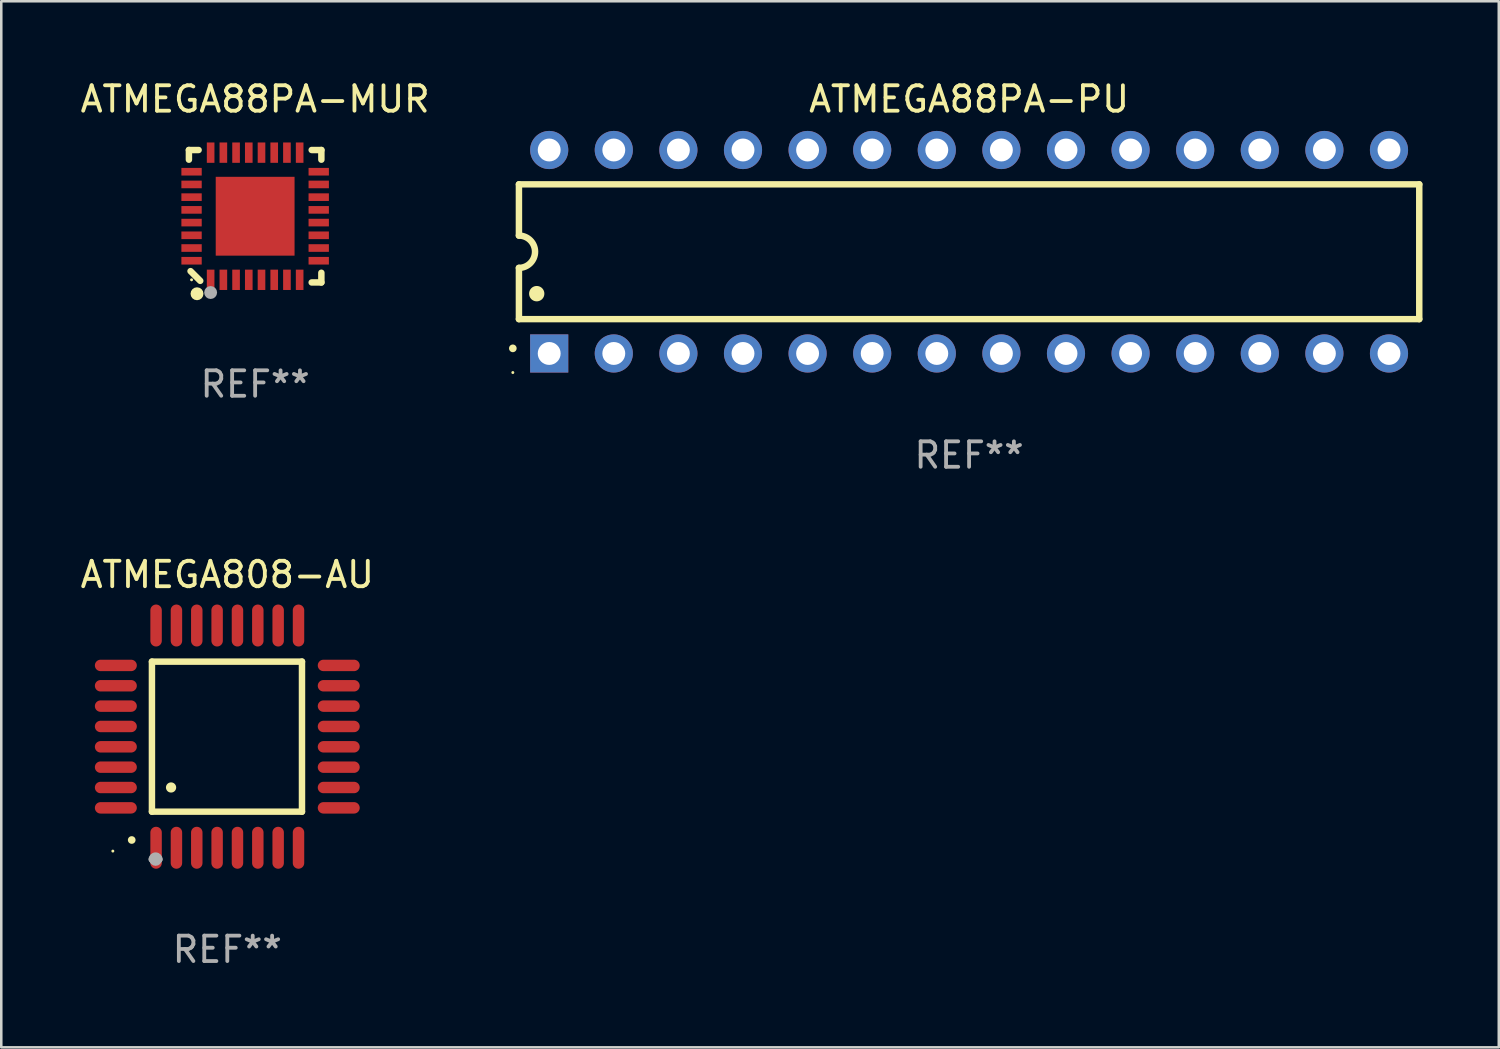
<source format=kicad_pcb>
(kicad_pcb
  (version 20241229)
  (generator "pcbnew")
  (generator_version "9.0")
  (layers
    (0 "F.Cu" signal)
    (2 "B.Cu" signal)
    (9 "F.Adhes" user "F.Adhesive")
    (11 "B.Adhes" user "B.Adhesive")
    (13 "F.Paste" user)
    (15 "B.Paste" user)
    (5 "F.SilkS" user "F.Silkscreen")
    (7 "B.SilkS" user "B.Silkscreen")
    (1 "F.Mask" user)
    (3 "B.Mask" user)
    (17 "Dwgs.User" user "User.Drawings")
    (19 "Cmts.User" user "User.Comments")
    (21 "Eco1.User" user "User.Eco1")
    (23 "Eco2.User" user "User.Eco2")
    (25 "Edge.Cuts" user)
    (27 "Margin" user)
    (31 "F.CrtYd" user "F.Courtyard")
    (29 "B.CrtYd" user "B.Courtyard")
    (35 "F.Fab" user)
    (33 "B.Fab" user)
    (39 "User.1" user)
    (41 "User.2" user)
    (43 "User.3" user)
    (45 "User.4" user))
  (footprint "ATMEGA88PA-PU"
    (layer "F.Cu")
    (at 35.054 6.848)
    (property "Reference" "ATMEGA88PA-PU" (at 0 -6 0) (layer "F.SilkS") (effects (font (size 1 1) (thickness 0.15))))
    (attr through_hole)
    (fp_line (start -17.7 -2.65) (end 17.7 -2.65) (stroke (width 0.254) (type solid)) (layer "F.SilkS"))
    (fp_line (start -17.7 -0.635) (end -17.7 -2.65) (stroke (width 0.254) (type solid)) (layer "F.SilkS"))
    (fp_line (start -17.7 2.65) (end -17.7 0.635) (stroke (width 0.254) (type solid)) (layer "F.SilkS"))
    (fp_line (start 17.7 -2.65) (end 17.7 2.65) (stroke (width 0.254) (type solid)) (layer "F.SilkS"))
    (fp_line (start 17.7 2.65) (end -17.7 2.65) (stroke (width 0.254) (type solid)) (layer "F.SilkS"))
    (fp_arc (start -17.940056 3.799848) (mid -17.940061 3.798578) (end -17.940056 3.797308) (stroke (width 0.3) (type solid)) (layer "F.SilkS"))
    (fp_arc (start -17.701295 -0.635001) (mid -17.066294 0) (end -17.701295 0.635001) (stroke (width 0.254001) (type solid)) (layer "F.SilkS"))
    (fp_arc (start -17.000254 1.651003) (mid -17.000265 1.648463) (end -17.000254 1.645923) (stroke (width 0.6) (type solid)) (layer "F.SilkS"))
    (fp_circle (center -17.94 4.75) (end -17.91 4.75) (stroke (width 0.06) (type solid)) (fill no) (layer "F.SilkS"))
    (fp_text user "REF**" (at 0 8 0) (layer "F.Fab") (effects (font (size 1 1) (thickness 0.15))))
    (pad "1" thru_hole rect (at -16.51 4 90) (size 1.5 1.5) (drill 0.9) (layers "*.Cu" "*.Mask"))
    (pad "2" thru_hole circle (at -13.97 4) (size 1.5 1.5) (drill 0.9) (layers "*.Cu" "*.Mask"))
    (pad "3" thru_hole circle (at -11.43 4) (size 1.5 1.5) (drill 0.9) (layers "*.Cu" "*.Mask"))
    (pad "4" thru_hole circle (at -8.89 4) (size 1.5 1.5) (drill 0.9) (layers "*.Cu" "*.Mask"))
    (pad "5" thru_hole circle (at -6.35 4) (size 1.5 1.5) (drill 0.9) (layers "*.Cu" "*.Mask"))
    (pad "6" thru_hole circle (at -3.81 4) (size 1.5 1.5) (drill 0.9) (layers "*.Cu" "*.Mask"))
    (pad "7" thru_hole circle (at -1.27 4) (size 1.5 1.5) (drill 0.9) (layers "*.Cu" "*.Mask"))
    (pad "8" thru_hole circle (at 1.27 4) (size 1.5 1.5) (drill 0.9) (layers "*.Cu" "*.Mask"))
    (pad "9" thru_hole circle (at 3.81 4) (size 1.5 1.5) (drill 0.9) (layers "*.Cu" "*.Mask"))
    (pad "10" thru_hole circle (at 6.35 4) (size 1.5 1.5) (drill 0.9) (layers "*.Cu" "*.Mask"))
    (pad "11" thru_hole circle (at 8.89 4) (size 1.5 1.5) (drill 0.9) (layers "*.Cu" "*.Mask"))
    (pad "12" thru_hole circle (at 11.43 4) (size 1.5 1.5) (drill 0.9) (layers "*.Cu" "*.Mask"))
    (pad "13" thru_hole circle (at 13.97 4) (size 1.5 1.5) (drill 0.9) (layers "*.Cu" "*.Mask"))
    (pad "14" thru_hole circle (at 16.51 4) (size 1.5 1.5) (drill 0.9) (layers "*.Cu" "*.Mask"))
    (pad "15" thru_hole circle (at 16.51 -4) (size 1.5 1.5) (drill 0.9) (layers "*.Cu" "*.Mask"))
    (pad "16" thru_hole circle (at 13.97 -4) (size 1.5 1.5) (drill 0.9) (layers "*.Cu" "*.Mask"))
    (pad "17" thru_hole circle (at 11.43 -4) (size 1.5 1.5) (drill 0.9) (layers "*.Cu" "*.Mask"))
    (pad "18" thru_hole circle (at 8.89 -4) (size 1.5 1.5) (drill 0.9) (layers "*.Cu" "*.Mask"))
    (pad "19" thru_hole circle (at 6.35 -4) (size 1.5 1.5) (drill 0.9) (layers "*.Cu" "*.Mask"))
    (pad "20" thru_hole circle (at 3.81 -4) (size 1.5 1.5) (drill 0.9) (layers "*.Cu" "*.Mask"))
    (pad "21" thru_hole circle (at 1.27 -4) (size 1.5 1.5) (drill 0.9) (layers "*.Cu" "*.Mask"))
    (pad "22" thru_hole circle (at -1.27 -4) (size 1.5 1.5) (drill 0.9) (layers "*.Cu" "*.Mask"))
    (pad "23" thru_hole circle (at -3.81 -4) (size 1.5 1.5) (drill 0.9) (layers "*.Cu" "*.Mask"))
    (pad "24" thru_hole circle (at -6.35 -4) (size 1.5 1.5) (drill 0.9) (layers "*.Cu" "*.Mask"))
    (pad "25" thru_hole circle (at -8.89 -4) (size 1.5 1.5) (drill 0.9) (layers "*.Cu" "*.Mask"))
    (pad "26" thru_hole circle (at -11.43 -4) (size 1.5 1.5) (drill 0.9) (layers "*.Cu" "*.Mask"))
    (pad "27" thru_hole circle (at -13.97 -4) (size 1.5 1.5) (drill 0.9) (layers "*.Cu" "*.Mask"))
    (pad "28" thru_hole circle (at -16.51 -4) (size 1.5 1.5) (drill 0.9) (layers "*.Cu" "*.Mask")))
  (footprint "ATMEGA808-AU"
    (layer "F.Cu")
    (at 5.887 25.914)
    (property "Reference" "ATMEGA808-AU" (at 0 -6.369 0) (layer "F.SilkS") (effects (font (size 1 1) (thickness 0.15))))
    (attr through_hole)
    (fp_line (start -2.963 -2.95) (end -2.963 2.95) (stroke (width 0.254) (type solid)) (layer "F.SilkS"))
    (fp_line (start -2.963 2.95) (end 2.937 2.95) (stroke (width 0.254) (type solid)) (layer "F.SilkS"))
    (fp_line (start 2.937 -2.95) (end -2.963 -2.95) (stroke (width 0.254) (type solid)) (layer "F.SilkS"))
    (fp_line (start 2.937 2.95) (end 2.937 -2.95) (stroke (width 0.254) (type solid)) (layer "F.SilkS"))
    (fp_arc (start -3.759208 4.064008) (mid -3.757938 4.064003) (end -3.756668 4.064008) (stroke (width 0.3) (type solid)) (layer "F.SilkS"))
    (fp_arc (start -2.212344 1.998984) (mid -2.211074 1.99898) (end -2.209804 1.998984) (stroke (width 0.4) (type solid)) (layer "F.SilkS"))
    (fp_circle (center -4.5 4.5) (end -4.47 4.5) (stroke (width 0.06) (type solid)) (fill no) (layer "F.SilkS"))
    (fp_arc (start -2.967489 4.82601) (mid -2.819406 4.677927) (end -2.671323 4.82601) (stroke (width 0.254001) (type solid)) (layer "F.Fab"))
    (fp_arc (start -2.967488 4.82601) (mid -2.819406 4.791053) (end -2.671324 4.82601) (stroke (width 0.254001) (type solid)) (layer "F.Fab"))
    (fp_circle (center -2.819 4.826) (end -2.692 4.826) (stroke (width 0.254) (type solid)) (fill no) (layer "F.Fab"))
    (fp_text user "REF**" (at 0 8.369 0) (layer "F.Fab") (effects (font (size 1 1) (thickness 0.15))))
    (pad "1" smd oval (at -2.8 4.369) (size 0.45 1.65) (layers "F.Cu" "F.Mask" "F.Paste"))
    (pad "2" smd oval (at -2 4.369) (size 0.45 1.65) (layers "F.Cu" "F.Mask" "F.Paste"))
    (pad "3" smd oval (at -1.2 4.369) (size 0.45 1.65) (layers "F.Cu" "F.Mask" "F.Paste"))
    (pad "4" smd oval (at -0.4 4.369) (size 0.45 1.65) (layers "F.Cu" "F.Mask" "F.Paste"))
    (pad "5" smd oval (at 0.4 4.369) (size 0.45 1.65) (layers "F.Cu" "F.Mask" "F.Paste"))
    (pad "6" smd oval (at 1.2 4.369) (size 0.45 1.65) (layers "F.Cu" "F.Mask" "F.Paste"))
    (pad "7" smd oval (at 2 4.369) (size 0.45 1.65) (layers "F.Cu" "F.Mask" "F.Paste"))
    (pad "8" smd oval (at 2.8 4.369) (size 0.45 1.65) (layers "F.Cu" "F.Mask" "F.Paste"))
    (pad "9" smd oval (at 4.382 2.8) (size 1.65 0.45) (layers "F.Cu" "F.Mask" "F.Paste"))
    (pad "10" smd oval (at 4.382 2) (size 1.65 0.45) (layers "F.Cu" "F.Mask" "F.Paste"))
    (pad "11" smd oval (at 4.382 1.2) (size 1.65 0.45) (layers "F.Cu" "F.Mask" "F.Paste"))
    (pad "12" smd oval (at 4.382 0.4) (size 1.65 0.45) (layers "F.Cu" "F.Mask" "F.Paste"))
    (pad "13" smd oval (at 4.382 -0.4) (size 1.65 0.45) (layers "F.Cu" "F.Mask" "F.Paste"))
    (pad "14" smd oval (at 4.382 -1.2) (size 1.65 0.45) (layers "F.Cu" "F.Mask" "F.Paste"))
    (pad "15" smd oval (at 4.382 -2) (size 1.65 0.45) (layers "F.Cu" "F.Mask" "F.Paste"))
    (pad "16" smd oval (at 4.382 -2.8) (size 1.65 0.45) (layers "F.Cu" "F.Mask" "F.Paste"))
    (pad "17" smd oval (at 2.8 -4.369) (size 0.45 1.65) (layers "F.Cu" "F.Mask" "F.Paste"))
    (pad "18" smd oval (at 2 -4.369) (size 0.45 1.65) (layers "F.Cu" "F.Mask" "F.Paste"))
    (pad "19" smd oval (at 1.2 -4.369) (size 0.45 1.65) (layers "F.Cu" "F.Mask" "F.Paste"))
    (pad "20" smd oval (at 0.4 -4.369) (size 0.45 1.65) (layers "F.Cu" "F.Mask" "F.Paste"))
    (pad "21" smd oval (at -0.4 -4.369) (size 0.45 1.65) (layers "F.Cu" "F.Mask" "F.Paste"))
    (pad "22" smd oval (at -1.2 -4.369) (size 0.45 1.65) (layers "F.Cu" "F.Mask" "F.Paste"))
    (pad "23" smd oval (at -2 -4.369) (size 0.45 1.65) (layers "F.Cu" "F.Mask" "F.Paste"))
    (pad "24" smd oval (at -2.8 -4.369) (size 0.45 1.65) (layers "F.Cu" "F.Mask" "F.Paste"))
    (pad "25" smd oval (at -4.382 -2.8) (size 1.65 0.45) (layers "F.Cu" "F.Mask" "F.Paste"))
    (pad "26" smd oval (at -4.382 -2) (size 1.65 0.45) (layers "F.Cu" "F.Mask" "F.Paste"))
    (pad "27" smd oval (at -4.382 -1.2) (size 1.65 0.45) (layers "F.Cu" "F.Mask" "F.Paste"))
    (pad "28" smd oval (at -4.382 -0.4) (size 1.65 0.45) (layers "F.Cu" "F.Mask" "F.Paste"))
    (pad "29" smd oval (at -4.382 0.4) (size 1.65 0.45) (layers "F.Cu" "F.Mask" "F.Paste"))
    (pad "30" smd oval (at -4.382 1.2) (size 1.65 0.45) (layers "F.Cu" "F.Mask" "F.Paste"))
    (pad "31" smd oval (at -4.382 2) (size 1.65 0.45) (layers "F.Cu" "F.Mask" "F.Paste"))
    (pad "32" smd oval (at -4.382 2.8) (size 1.65 0.45) (layers "F.Cu" "F.Mask" "F.Paste")))
  (footprint "ATMEGA88PA-MUR"
    (layer "F.Cu")
    (at 6.982 5.452)
    (property "Reference" "ATMEGA88PA-MUR" (at 0 -4.604 0) (layer "F.SilkS") (effects (font (size 1 1) (thickness 0.15))))
    (attr through_hole)
    (fp_line (start -2.604 -2.604) (end -2.604 -2.223) (stroke (width 0.254) (type solid)) (layer "F.SilkS"))
    (fp_line (start -2.54 2.159) (end -2.159 2.54) (stroke (width 0.254) (type solid)) (layer "F.SilkS"))
    (fp_line (start -2.223 -2.604) (end -2.604 -2.604) (stroke (width 0.254) (type solid)) (layer "F.SilkS"))
    (fp_line (start 2.223 2.604) (end 2.604 2.604) (stroke (width 0.254) (type solid)) (layer "F.SilkS"))
    (fp_line (start 2.604 -2.604) (end 2.223 -2.604) (stroke (width 0.254) (type solid)) (layer "F.SilkS"))
    (fp_line (start 2.604 -2.223) (end 2.604 -2.604) (stroke (width 0.254) (type solid)) (layer "F.SilkS"))
    (fp_line (start 2.604 2.604) (end 2.604 2.223) (stroke (width 0.254) (type solid)) (layer "F.SilkS"))
    (fp_circle (center -2.5 2.5) (end -2.47 2.5) (stroke (width 0.06) (type solid)) (fill no) (layer "F.SilkS"))
    (fp_circle (center -2.286 3.048) (end -2.159 3.048) (stroke (width 0.254) (type solid)) (fill no) (layer "F.SilkS"))
    (fp_circle (center -1.75 3) (end -1.623 3) (stroke (width 0.254) (type solid)) (fill no) (layer "F.Fab"))
    (fp_text user "REF**" (at 0 6.604 0) (layer "F.Fab") (effects (font (size 1 1) (thickness 0.15))))
    (pad "1" smd rect (at -1.75 2.5) (size 0.3 0.8) (layers "F.Cu" "F.Mask" "F.Paste"))
    (pad "2" smd rect (at -1.25 2.5) (size 0.3 0.8) (layers "F.Cu" "F.Mask" "F.Paste"))
    (pad "3" smd rect (at -0.75 2.5) (size 0.3 0.8) (layers "F.Cu" "F.Mask" "F.Paste"))
    (pad "4" smd rect (at -0.25 2.5) (size 0.3 0.8) (layers "F.Cu" "F.Mask" "F.Paste"))
    (pad "5" smd rect (at 0.25 2.5) (size 0.3 0.8) (layers "F.Cu" "F.Mask" "F.Paste"))
    (pad "6" smd rect (at 0.75 2.5) (size 0.3 0.8) (layers "F.Cu" "F.Mask" "F.Paste"))
    (pad "7" smd rect (at 1.25 2.5) (size 0.3 0.8) (layers "F.Cu" "F.Mask" "F.Paste"))
    (pad "8" smd rect (at 1.75 2.5) (size 0.3 0.8) (layers "F.Cu" "F.Mask" "F.Paste"))
    (pad "9" smd rect (at 2.5 1.75) (size 0.8 0.3) (layers "F.Cu" "F.Mask" "F.Paste"))
    (pad "10" smd rect (at 2.5 1.25) (size 0.8 0.3) (layers "F.Cu" "F.Mask" "F.Paste"))
    (pad "11" smd rect (at 2.5 0.75) (size 0.8 0.3) (layers "F.Cu" "F.Mask" "F.Paste"))
    (pad "12" smd rect (at 2.5 0.25) (size 0.8 0.3) (layers "F.Cu" "F.Mask" "F.Paste"))
    (pad "13" smd rect (at 2.5 -0.25) (size 0.8 0.3) (layers "F.Cu" "F.Mask" "F.Paste"))
    (pad "14" smd rect (at 2.5 -0.75) (size 0.8 0.3) (layers "F.Cu" "F.Mask" "F.Paste"))
    (pad "15" smd rect (at 2.5 -1.25) (size 0.8 0.3) (layers "F.Cu" "F.Mask" "F.Paste"))
    (pad "16" smd rect (at 2.5 -1.75) (size 0.8 0.3) (layers "F.Cu" "F.Mask" "F.Paste"))
    (pad "17" smd rect (at 1.75 -2.5) (size 0.3 0.8) (layers "F.Cu" "F.Mask" "F.Paste"))
    (pad "18" smd rect (at 1.25 -2.5) (size 0.3 0.8) (layers "F.Cu" "F.Mask" "F.Paste"))
    (pad "19" smd rect (at 0.75 -2.5) (size 0.3 0.8) (layers "F.Cu" "F.Mask" "F.Paste"))
    (pad "20" smd rect (at 0.25 -2.5) (size 0.3 0.8) (layers "F.Cu" "F.Mask" "F.Paste"))
    (pad "21" smd rect (at -0.25 -2.5) (size 0.3 0.8) (layers "F.Cu" "F.Mask" "F.Paste"))
    (pad "22" smd rect (at -0.75 -2.5) (size 0.3 0.8) (layers "F.Cu" "F.Mask" "F.Paste"))
    (pad "23" smd rect (at -1.25 -2.5) (size 0.3 0.8) (layers "F.Cu" "F.Mask" "F.Paste"))
    (pad "24" smd rect (at -1.75 -2.5) (size 0.3 0.8) (layers "F.Cu" "F.Mask" "F.Paste"))
    (pad "25" smd rect (at -2.5 -1.75) (size 0.8 0.3) (layers "F.Cu" "F.Mask" "F.Paste"))
    (pad "26" smd rect (at -2.5 -1.25) (size 0.8 0.3) (layers "F.Cu" "F.Mask" "F.Paste"))
    (pad "27" smd rect (at -2.5 -0.75) (size 0.8 0.3) (layers "F.Cu" "F.Mask" "F.Paste"))
    (pad "28" smd rect (at -2.5 -0.25) (size 0.8 0.3) (layers "F.Cu" "F.Mask" "F.Paste"))
    (pad "29" smd rect (at -2.5 0.25) (size 0.8 0.3) (layers "F.Cu" "F.Mask" "F.Paste"))
    (pad "30" smd rect (at -2.5 0.75) (size 0.8 0.3) (layers "F.Cu" "F.Mask" "F.Paste"))
    (pad "31" smd rect (at -2.5 1.25) (size 0.8 0.3) (layers "F.Cu" "F.Mask" "F.Paste"))
    (pad "32" smd rect (at -2.5 1.75) (size 0.8 0.3) (layers "F.Cu" "F.Mask" "F.Paste"))
    (pad "33" smd rect (at 0 -0.000025) (size 3.1 3.1) (layers "F.Cu" "F.Mask" "F.Paste")))
  (gr_rect
    (start -3 -3)
    (end 55.881 38.131)
    (stroke (width 0.1) (type default))
    (fill no)
    (layer "Edge.Cuts")))
</source>
